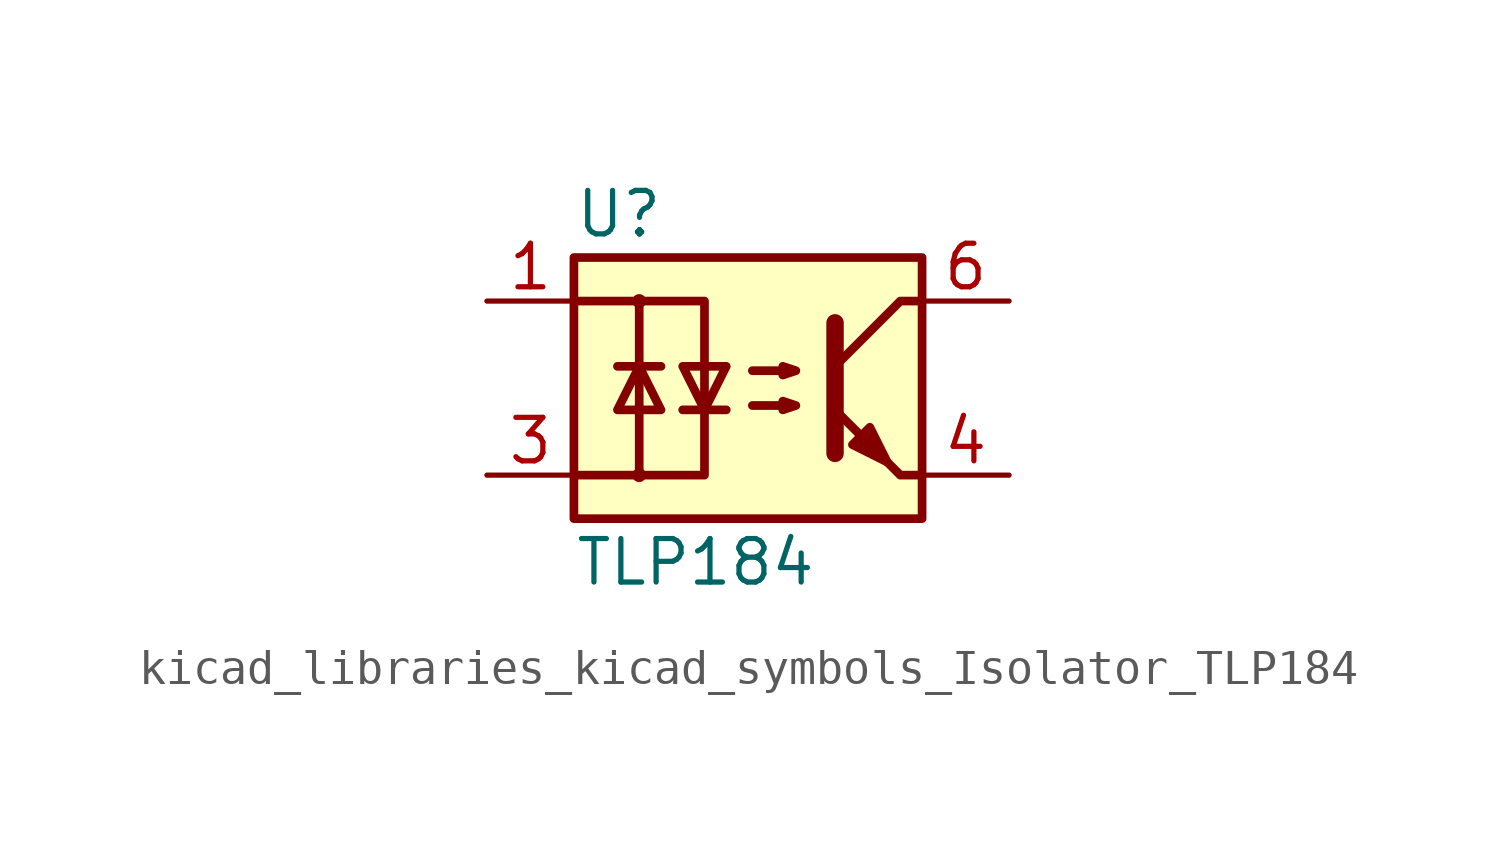
<source format=kicad_sym>
(kicad_symbol_lib
  (version 20220914)
  (generator kicad_symbol_editor)
  (symbol "kicad_libraries_kicad_symbols_Isolator_TLP184"
    (property "Reference" "U"
      (at -5.08 5.08 0)
      (effects (font (size 1.27 1.27)) (justify left)))
    (property "Value" "TLP184"
      (at -5.08 -5.08 0)
      (effects (font (size 1.27 1.27)) (justify left)))
    (symbol "kicad_libraries_kicad_symbols_Isolator_TLP184_0_1"
      (rectangle (start -5.08 3.81) (end 5.08 -3.81) (stroke (width 0.254) (type default)) (fill (type background)))
      (circle (center -3.175 -2.54) (radius 0.127) (stroke (width 0) (type default)) (fill (type none)))
      (circle (center -3.175 2.54) (radius 0.127) (stroke (width 0) (type default)) (fill (type none)))
      (polyline (pts (xy -3.81 0.635) (xy -2.54 0.635)) (stroke (width 0.254) (type default)) (fill (type none)))
      (polyline (pts (xy -1.905 -0.635) (xy -0.635 -0.635)) (stroke (width 0.254) (type default)) (fill (type none)))
      (polyline (pts (xy 2.54 1.905) (xy 2.54 -1.905) (xy 2.54 -1.905)) (stroke (width 0.508) (type default)) (fill (type none)))
      (polyline (pts (xy 5.08 -2.54) (xy 4.445 -2.54) (xy 2.54 -0.635)) (stroke (width 0.254) (type default)) (fill (type none)))
      (polyline (pts (xy 5.08 2.54) (xy 4.445 2.54) (xy 2.54 0.635)) (stroke (width 0.254) (type default)) (fill (type none)))
      (polyline (pts (xy -5.08 2.54) (xy -3.175 2.54) (xy -3.175 -2.54) (xy -5.08 -2.54)) (stroke (width 0.254) (type default)) (fill (type none)))
      (polyline (pts (xy -3.175 -2.54) (xy -1.27 -2.54) (xy -1.27 2.54) (xy -3.175 2.54)) (stroke (width 0.254) (type default)) (fill (type none)))
      (polyline (pts (xy -3.175 0.635) (xy -3.81 -0.635) (xy -2.54 -0.635) (xy -3.175 0.635)) (stroke (width 0.254) (type default)) (fill (type none)))
      (polyline (pts (xy -1.27 -0.635) (xy -1.905 0.635) (xy -0.635 0.635) (xy -1.27 -0.635)) (stroke (width 0.254) (type default)) (fill (type none)))
      (polyline (pts (xy 0.127 -0.508) (xy 1.397 -0.508) (xy 1.016 -0.635) (xy 1.016 -0.381) (xy 1.397 -0.508)) (stroke (width 0.254) (type default)) (fill (type none)))
      (polyline (pts (xy 0.127 0.508) (xy 1.397 0.508) (xy 1.016 0.381) (xy 1.016 0.635) (xy 1.397 0.508)) (stroke (width 0.254) (type default)) (fill (type none)))
      (polyline (pts (xy 3.048 -1.651) (xy 3.556 -1.143) (xy 4.064 -2.159) (xy 3.048 -1.651) (xy 3.048 -1.651)) (stroke (width 0.254) (type default)) (fill (type outline))))
    (symbol "kicad_libraries_kicad_symbols_Isolator_TLP184_1_1"
      (pin passive line (at -7.62 2.54 0) (length 2.54) (name "~" (effects (font (size 1.27 1.27)))) (number "1" (effects (font (size 1.27 1.27)))))
      (pin passive line (at -7.62 -2.54 0) (length 2.54) (name "~" (effects (font (size 1.27 1.27)))) (number "3" (effects (font (size 1.27 1.27)))))
      (pin passive line (at 7.62 -2.54 180) (length 2.54) (name "~" (effects (font (size 1.27 1.27)))) (number "4" (effects (font (size 1.27 1.27)))))
      (pin passive line (at 7.62 2.54 180) (length 2.54) (name "~" (effects (font (size 1.27 1.27)))) (number "6" (effects (font (size 1.27 1.27))))))))
</source>
